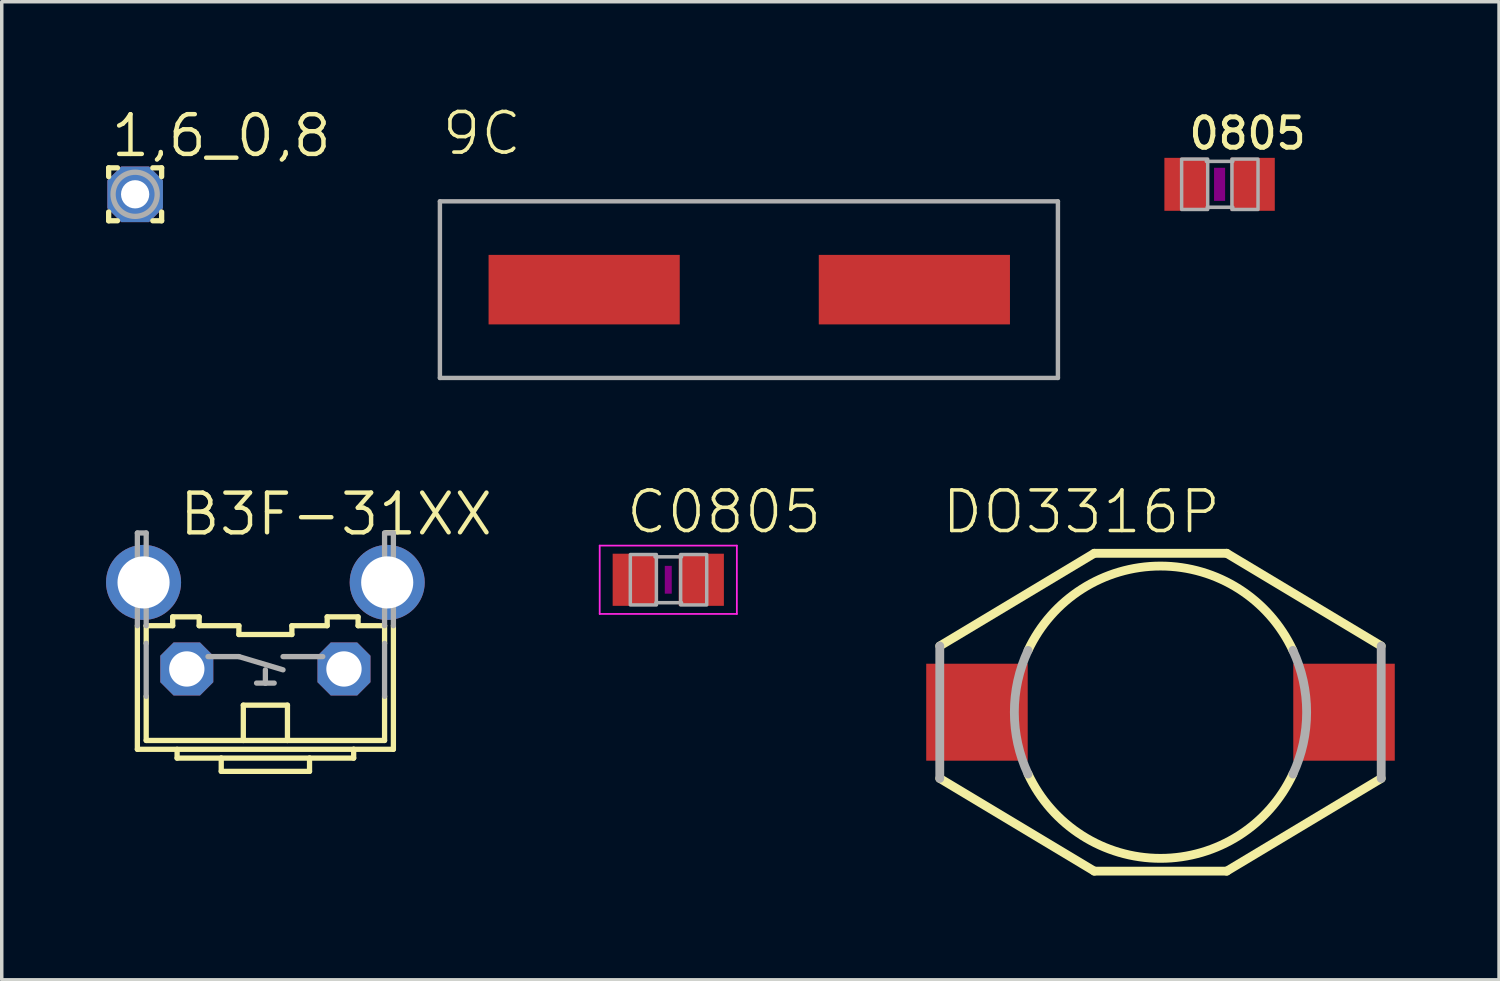
<source format=kicad_pcb>
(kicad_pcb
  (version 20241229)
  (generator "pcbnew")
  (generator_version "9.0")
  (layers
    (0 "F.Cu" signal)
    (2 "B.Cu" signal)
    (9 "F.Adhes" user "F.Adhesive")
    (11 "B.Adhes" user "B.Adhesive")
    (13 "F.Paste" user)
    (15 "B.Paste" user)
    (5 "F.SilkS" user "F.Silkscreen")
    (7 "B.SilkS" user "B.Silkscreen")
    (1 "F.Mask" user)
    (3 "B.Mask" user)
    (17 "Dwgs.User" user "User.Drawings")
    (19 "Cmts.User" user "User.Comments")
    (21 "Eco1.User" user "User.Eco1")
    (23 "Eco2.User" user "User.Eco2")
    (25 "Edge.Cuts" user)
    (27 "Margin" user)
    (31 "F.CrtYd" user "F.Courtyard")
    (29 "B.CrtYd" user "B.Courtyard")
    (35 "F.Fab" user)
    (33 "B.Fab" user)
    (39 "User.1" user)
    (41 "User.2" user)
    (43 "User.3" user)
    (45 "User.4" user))
  (footprint "1,6_0,8"
    (layer "F.Cu")
    (at 0.838 2.54)
    (property "Reference" "1,6_0,8" (at -0.762 -1.016 0) (layer "F.SilkS") (effects (font (size 1.143 1.143) (thickness 0.127)) (justify left bottom)))
    (fp_line (start -0.762 -0.762) (end -0.762 -0.508) (stroke (width 0.152) (type solid)) (layer "F.SilkS"))
    (fp_line (start -0.762 -0.762) (end -0.508 -0.762) (stroke (width 0.152) (type solid)) (layer "F.SilkS"))
    (fp_line (start -0.762 0.762) (end -0.762 0.508) (stroke (width 0.152) (type solid)) (layer "F.SilkS"))
    (fp_line (start -0.508 0.762) (end -0.762 0.762) (stroke (width 0.152) (type solid)) (layer "F.SilkS"))
    (fp_line (start 0.762 -0.762) (end 0.508 -0.762) (stroke (width 0.152) (type solid)) (layer "F.SilkS"))
    (fp_line (start 0.762 -0.762) (end 0.762 -0.508) (stroke (width 0.152) (type solid)) (layer "F.SilkS"))
    (fp_line (start 0.762 0.508) (end 0.762 0.762) (stroke (width 0.152) (type solid)) (layer "F.SilkS"))
    (fp_line (start 0.762 0.762) (end 0.508 0.762) (stroke (width 0.152) (type solid)) (layer "F.SilkS"))
    (fp_circle (center 0 0) (end 0.635 0) (stroke (width 0.152) (type solid)) (fill no) (layer "F.Fab"))
    (pad "1" thru_hole roundrect (at 0 0) (size 1.6 1.6) (drill 0.813) (layers "*.Cu" "*.Mask") (roundrect_rratio 0.25) (chamfer_ratio 0.25) (chamfer top_left top_right bottom_left bottom_right)))
  (footprint "C0805"
    (layer "F.Cu")
    (at 16.176 13.63)
    (property "Reference" "C0805" (at -1.27 -1.27 0) (layer "F.SilkS") (effects (font (size 1.168 1.168) (thickness 0.102)) (justify left bottom)))
    (fp_poly (pts (xy -0.1 0.4) (xy 0.1 0.4) (xy 0.1 -0.4) (xy -0.1 -0.4)) (stroke (width 0) (type solid)) (fill yes) (layer "F.Adhes"))
    (fp_line (start -1.973 -0.983) (end 1.973 -0.983) (stroke (width 0.051) (type solid)) (layer "F.CrtYd"))
    (fp_line (start -1.973 0.983) (end -1.973 -0.983) (stroke (width 0.051) (type solid)) (layer "F.CrtYd"))
    (fp_line (start 1.973 -0.983) (end 1.973 0.983) (stroke (width 0.051) (type solid)) (layer "F.CrtYd"))
    (fp_line (start 1.973 0.983) (end -1.973 0.983) (stroke (width 0.051) (type solid)) (layer "F.CrtYd"))
    (fp_line (start -0.381 -0.66) (end 0.381 -0.66) (stroke (width 0.102) (type solid)) (layer "F.Fab"))
    (fp_line (start -0.356 0.66) (end 0.381 0.66) (stroke (width 0.102) (type solid)) (layer "F.Fab"))
    (fp_poly (pts (xy -1.092 0.724) (xy -0.342 0.724) (xy -0.342 -0.726) (xy -1.092 -0.726)) (stroke (width 0.1) (type solid)) (fill no) (layer "F.Fab"))
    (fp_poly (pts (xy 0.356 0.724) (xy 1.106 0.724) (xy 1.106 -0.726) (xy 0.356 -0.726)) (stroke (width 0.1) (type solid)) (fill no) (layer "F.Fab"))
    (pad "1" smd rect (at -0.95 0) (size 1.3 1.5) (layers "F.Cu" "F.Mask" "F.Paste"))
    (pad "2" smd rect (at 0.95 0) (size 1.3 1.5) (layers "F.Cu" "F.Mask" "F.Paste")))
  (footprint "0805"
    (layer "F.Cu")
    (at 32.037 2.253)
    (property "Reference" "0805" (at -0.953 -0.953 0) (layer "F.SilkS") (effects (font (size 0.874 0.874) (thickness 0.142)) (justify left bottom)))
    (fp_poly (pts (xy -0.159 0.476) (xy 0.159 0.476) (xy 0.159 -0.476) (xy -0.159 -0.476)) (stroke (width 0) (type solid)) (fill yes) (layer "F.Adhes"))
    (fp_line (start -0.381 -0.66) (end 0.381 -0.66) (stroke (width 0.102) (type solid)) (layer "F.Fab"))
    (fp_line (start -0.356 0.66) (end 0.381 0.66) (stroke (width 0.102) (type solid)) (layer "F.Fab"))
    (fp_poly (pts (xy -1.092 0.724) (xy -0.342 0.724) (xy -0.342 -0.726) (xy -1.092 -0.726)) (stroke (width 0.1) (type solid)) (fill no) (layer "F.Fab"))
    (fp_poly (pts (xy 0.356 0.724) (xy 1.106 0.724) (xy 1.106 -0.726) (xy 0.356 -0.726)) (stroke (width 0.1) (type solid)) (fill no) (layer "F.Fab"))
    (pad "1" smd rect (at -0.953 0) (size 1.27 1.524) (layers "F.Cu" "F.Mask" "F.Paste"))
    (pad "2" smd rect (at 0.953 0) (size 1.27 1.524) (layers "F.Cu" "F.Mask" "F.Paste")))
  (footprint "DO3316P"
    (layer "F.Cu")
    (at 30.337 17.44)
    (property "Reference" "DO3316P" (at -6.35 -5.08 0) (layer "F.SilkS") (effects (font (size 1.168 1.168) (thickness 0.102)) (justify left bottom)))
    (fp_line (start -6.35 -1.905) (end -1.905 -4.572) (stroke (width 0.254) (type solid)) (layer "F.SilkS"))
    (fp_line (start -6.35 1.905) (end -1.905 4.572) (stroke (width 0.254) (type solid)) (layer "F.SilkS"))
    (fp_line (start -1.905 -4.572) (end 1.905 -4.572) (stroke (width 0.254) (type solid)) (layer "F.SilkS"))
    (fp_line (start -1.905 4.572) (end 1.905 4.572) (stroke (width 0.254) (type solid)) (layer "F.SilkS"))
    (fp_line (start 6.35 -1.905) (end 1.905 -4.572) (stroke (width 0.254) (type solid)) (layer "F.SilkS"))
    (fp_line (start 6.35 1.905) (end 1.905 4.572) (stroke (width 0.254) (type solid)) (layer "F.SilkS"))
    (fp_arc (start -3.81 -1.778) (mid 0 -4.204448) (end 3.81 -1.778) (stroke (width 0.254) (type solid)) (layer "F.SilkS"))
    (fp_arc (start 3.81 1.778) (mid 0 4.204448) (end -3.81 1.778) (stroke (width 0.254) (type solid)) (layer "F.SilkS"))
    (fp_line (start -6.35 -1.905) (end -6.35 1.905) (stroke (width 0.254) (type solid)) (layer "F.Fab"))
    (fp_line (start 6.35 -1.905) (end 6.35 1.905) (stroke (width 0.254) (type solid)) (layer "F.Fab"))
    (fp_arc (start -3.81 1.778) (mid -4.204448 0) (end -3.81 -1.778) (stroke (width 0.254) (type solid)) (layer "F.Fab"))
    (fp_arc (start 3.81 -1.778) (mid 4.204448 0) (end 3.81 1.778) (stroke (width 0.254) (type solid)) (layer "F.Fab"))
    (pad "1" smd rect (at -5.28 0) (size 2.92 2.79) (layers "F.Cu" "F.Mask" "F.Paste"))
    (pad "2" smd rect (at 5.28 0) (size 2.92 2.79) (layers "F.Cu" "F.Mask" "F.Paste")))
  (footprint "B3F-31XX"
    (layer "F.Cu")
    (at 4.585 14.951)
    (property "Reference" "B3F-31XX" (at -2.54 -2.54 0) (layer "F.SilkS") (effects (font (size 1.143 1.143) (thickness 0.127)) (justify left bottom)))
    (fp_line (start -3.683 0) (end -3.683 3.556) (stroke (width 0.152) (type solid)) (layer "F.SilkS"))
    (fp_line (start -3.429 0) (end -2.667 0) (stroke (width 0.152) (type solid)) (layer "F.SilkS"))
    (fp_line (start -3.429 0.508) (end -3.429 0) (stroke (width 0.152) (type solid)) (layer "F.SilkS"))
    (fp_line (start -3.429 2.032) (end -3.429 3.302) (stroke (width 0.152) (type solid)) (layer "F.SilkS"))
    (fp_line (start -3.429 3.302) (end -0.635 3.302) (stroke (width 0.152) (type solid)) (layer "F.SilkS"))
    (fp_line (start -2.667 -0.254) (end -2.667 0) (stroke (width 0.152) (type solid)) (layer "F.SilkS"))
    (fp_line (start -2.667 -0.254) (end -1.905 -0.254) (stroke (width 0.152) (type solid)) (layer "F.SilkS"))
    (fp_line (start -2.54 3.556) (end -2.54 3.81) (stroke (width 0.152) (type solid)) (layer "F.SilkS"))
    (fp_line (start -2.54 3.81) (end -1.27 3.81) (stroke (width 0.152) (type solid)) (layer "F.SilkS"))
    (fp_line (start -1.905 0) (end -1.905 -0.254) (stroke (width 0.152) (type solid)) (layer "F.SilkS"))
    (fp_line (start -1.905 0) (end -0.762 0) (stroke (width 0.152) (type solid)) (layer "F.SilkS"))
    (fp_line (start -1.27 3.81) (end -1.27 4.191) (stroke (width 0.152) (type solid)) (layer "F.SilkS"))
    (fp_line (start -1.27 3.81) (end 1.27 3.81) (stroke (width 0.152) (type solid)) (layer "F.SilkS"))
    (fp_line (start -1.27 4.191) (end 1.27 4.191) (stroke (width 0.152) (type solid)) (layer "F.SilkS"))
    (fp_line (start -0.762 0.254) (end -0.762 0) (stroke (width 0.152) (type solid)) (layer "F.SilkS"))
    (fp_line (start -0.762 0.254) (end 0.762 0.254) (stroke (width 0.152) (type solid)) (layer "F.SilkS"))
    (fp_line (start -0.635 2.286) (end 0.635 2.286) (stroke (width 0.152) (type solid)) (layer "F.SilkS"))
    (fp_line (start -0.635 3.302) (end -0.635 2.286) (stroke (width 0.152) (type solid)) (layer "F.SilkS"))
    (fp_line (start -0.635 3.302) (end 0.635 3.302) (stroke (width 0.152) (type solid)) (layer "F.SilkS"))
    (fp_line (start 0.635 3.302) (end 0.635 2.286) (stroke (width 0.152) (type solid)) (layer "F.SilkS"))
    (fp_line (start 0.635 3.302) (end 3.429 3.302) (stroke (width 0.152) (type solid)) (layer "F.SilkS"))
    (fp_line (start 0.762 0) (end 0.762 0.254) (stroke (width 0.152) (type solid)) (layer "F.SilkS"))
    (fp_line (start 0.762 0) (end 1.778 0) (stroke (width 0.152) (type solid)) (layer "F.SilkS"))
    (fp_line (start 1.27 3.81) (end 1.27 4.191) (stroke (width 0.152) (type solid)) (layer "F.SilkS"))
    (fp_line (start 1.27 3.81) (end 2.54 3.81) (stroke (width 0.152) (type solid)) (layer "F.SilkS"))
    (fp_line (start 1.778 -0.254) (end 2.667 -0.254) (stroke (width 0.152) (type solid)) (layer "F.SilkS"))
    (fp_line (start 1.778 0) (end 1.778 -0.254) (stroke (width 0.152) (type solid)) (layer "F.SilkS"))
    (fp_line (start 2.54 3.556) (end -3.683 3.556) (stroke (width 0.152) (type solid)) (layer "F.SilkS"))
    (fp_line (start 2.54 3.556) (end 2.54 3.81) (stroke (width 0.152) (type solid)) (layer "F.SilkS"))
    (fp_line (start 2.667 0) (end 2.667 -0.254) (stroke (width 0.152) (type solid)) (layer "F.SilkS"))
    (fp_line (start 2.667 0) (end 3.429 0) (stroke (width 0.152) (type solid)) (layer "F.SilkS"))
    (fp_line (start 3.429 0.508) (end 3.429 0) (stroke (width 0.152) (type solid)) (layer "F.SilkS"))
    (fp_line (start 3.429 2.032) (end 3.429 3.302) (stroke (width 0.152) (type solid)) (layer "F.SilkS"))
    (fp_line (start 3.683 0) (end 3.683 3.556) (stroke (width 0.152) (type solid)) (layer "F.SilkS"))
    (fp_line (start 3.683 3.556) (end 2.54 3.556) (stroke (width 0.152) (type solid)) (layer "F.SilkS"))
    (fp_line (start -3.683 -2.667) (end -3.429 -2.667) (stroke (width 0.152) (type solid)) (layer "F.Fab"))
    (fp_line (start -3.683 0) (end -3.683 -2.667) (stroke (width 0.152) (type solid)) (layer "F.Fab"))
    (fp_line (start -3.429 -2.667) (end -3.429 0) (stroke (width 0.152) (type solid)) (layer "F.Fab"))
    (fp_line (start -3.429 0.508) (end -3.429 2.032) (stroke (width 0.152) (type solid)) (layer "F.Fab"))
    (fp_line (start -1.651 0.889) (end -0.762 0.889) (stroke (width 0.152) (type solid)) (layer "F.Fab"))
    (fp_line (start -0.762 0.889) (end 0.508 1.27) (stroke (width 0.152) (type solid)) (layer "F.Fab"))
    (fp_line (start -0.254 1.651) (end 0 1.651) (stroke (width 0.152) (type solid)) (layer "F.Fab"))
    (fp_line (start 0 1.27) (end 0 1.651) (stroke (width 0.152) (type solid)) (layer "F.Fab"))
    (fp_line (start 0 1.651) (end 0.254 1.651) (stroke (width 0.152) (type solid)) (layer "F.Fab"))
    (fp_line (start 0.508 0.889) (end 1.651 0.889) (stroke (width 0.152) (type solid)) (layer "F.Fab"))
    (fp_line (start 3.429 -2.667) (end 3.683 -2.667) (stroke (width 0.152) (type solid)) (layer "F.Fab"))
    (fp_line (start 3.429 0) (end 3.429 -2.667) (stroke (width 0.152) (type solid)) (layer "F.Fab"))
    (fp_line (start 3.429 0.508) (end 3.429 2.032) (stroke (width 0.152) (type solid)) (layer "F.Fab"))
    (fp_line (start 3.683 -2.667) (end 3.683 0) (stroke (width 0.152) (type solid)) (layer "F.Fab"))
    (pad "1" thru_hole roundrect (at -2.261 1.245) (size 1.524 1.524) (drill 1.016) (layers "*.Cu" "*.Mask") (roundrect_rratio 0.25) (chamfer_ratio 0.25) (chamfer top_left top_right bottom_left bottom_right))
    (pad "2" thru_hole roundrect (at 2.261 1.245) (size 1.524 1.524) (drill 1.016) (layers "*.Cu" "*.Mask") (roundrect_rratio 0.25) (chamfer_ratio 0.25) (chamfer top_left top_right bottom_left bottom_right))
    (pad "3" thru_hole circle (at -3.505 -1.245) (size 2.159 2.159) (drill 1.499) (layers "*.Cu" "*.Mask"))
    (pad "4" thru_hole circle (at 3.505 -1.245) (size 2.159 2.159) (drill 1.499) (layers "*.Cu" "*.Mask")))
  (footprint "9C"
    (layer "F.Cu")
    (at 18.496 5.283)
    (property "Reference" "9C" (at -8.89 -3.81 0) (layer "F.SilkS") (effects (font (size 1.168 1.168) (thickness 0.102)) (justify left bottom)))
    (fp_line (start -8.89 -2.54) (end -8.89 2.54) (stroke (width 0.127) (type solid)) (layer "F.Fab"))
    (fp_line (start -8.89 2.54) (end 8.89 2.54) (stroke (width 0.127) (type solid)) (layer "F.Fab"))
    (fp_line (start 8.89 -2.54) (end -8.89 -2.54) (stroke (width 0.127) (type solid)) (layer "F.Fab"))
    (fp_line (start 8.89 2.54) (end 8.89 -2.54) (stroke (width 0.127) (type solid)) (layer "F.Fab"))
    (pad "P$1" smd rect (at -4.74 0) (size 5.5 2) (layers "F.Cu" "F.Mask" "F.Paste"))
    (pad "P$2" smd rect (at 4.76 0) (size 5.5 2) (layers "F.Cu" "F.Mask" "F.Paste")))
  (gr_rect
    (start -3 -3)
    (end 40.077 25.139)
    (stroke (width 0.1) (type default))
    (fill no)
    (layer "Edge.Cuts")))
</source>
